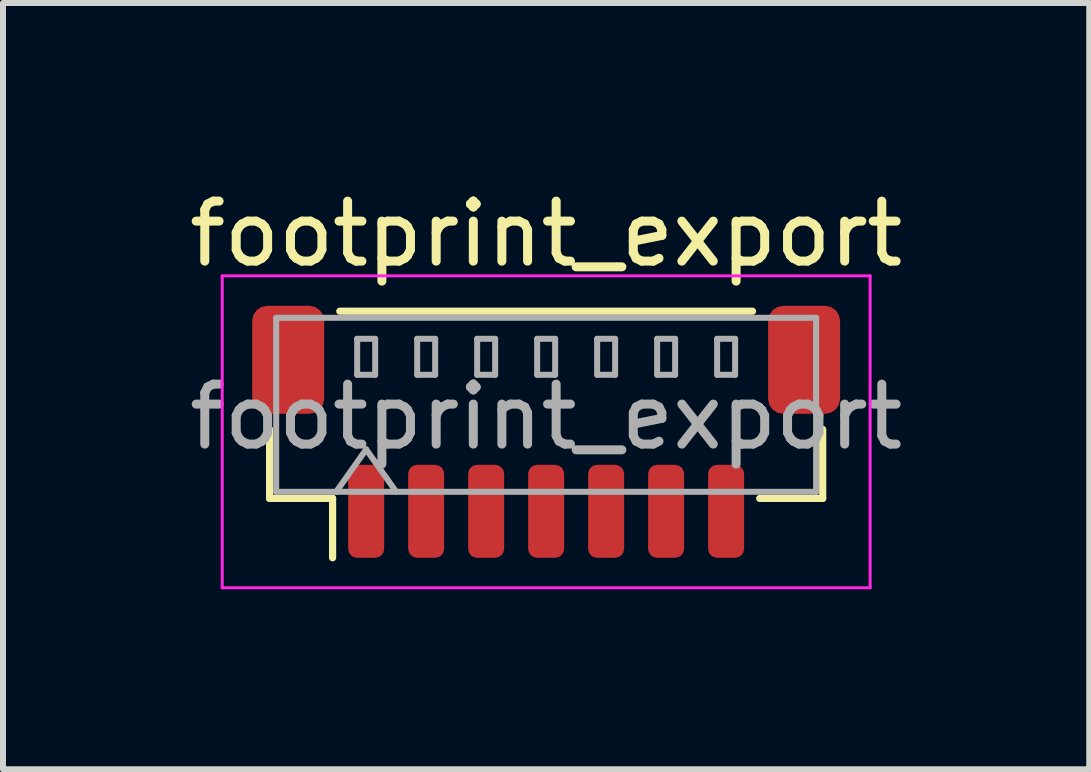
<source format=kicad_pcb>
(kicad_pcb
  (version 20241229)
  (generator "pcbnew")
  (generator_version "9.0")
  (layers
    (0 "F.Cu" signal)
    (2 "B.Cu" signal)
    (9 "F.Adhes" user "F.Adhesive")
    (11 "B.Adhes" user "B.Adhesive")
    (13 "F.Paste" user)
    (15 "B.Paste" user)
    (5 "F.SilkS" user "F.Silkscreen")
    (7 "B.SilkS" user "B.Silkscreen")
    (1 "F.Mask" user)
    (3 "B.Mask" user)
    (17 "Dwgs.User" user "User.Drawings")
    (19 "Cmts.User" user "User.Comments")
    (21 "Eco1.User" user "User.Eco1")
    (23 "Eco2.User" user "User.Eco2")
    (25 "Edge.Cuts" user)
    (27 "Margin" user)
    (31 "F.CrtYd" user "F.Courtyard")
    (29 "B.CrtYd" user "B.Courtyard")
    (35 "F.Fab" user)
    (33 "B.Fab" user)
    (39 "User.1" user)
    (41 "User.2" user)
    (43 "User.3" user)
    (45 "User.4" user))
  (footprint "footprint_export"
    (layer "F.Cu")
    (at 6.054 4.148)
    (property "Reference" "footprint_export" (at 0 -3.3 0) (layer "F.SilkS") (effects (font (size 1 1) (thickness 0.15))))
    (attr smd)
    (fp_line (start -4.61 -0.04) (end -4.61 1.11) (stroke (width 0.12) (type solid)) (layer "F.SilkS"))
    (fp_line (start -4.61 1.11) (end -3.56 1.11) (stroke (width 0.12) (type solid)) (layer "F.SilkS"))
    (fp_line (start -3.56 1.11) (end -3.56 2.1) (stroke (width 0.12) (type solid)) (layer "F.SilkS"))
    (fp_line (start -3.44 -2.01) (end 3.44 -2.01) (stroke (width 0.12) (type solid)) (layer "F.SilkS"))
    (fp_line (start 4.61 -0.04) (end 4.61 1.11) (stroke (width 0.12) (type solid)) (layer "F.SilkS"))
    (fp_line (start 4.61 1.11) (end 3.56 1.11) (stroke (width 0.12) (type solid)) (layer "F.SilkS"))
    (fp_line (start -5.4 -2.6) (end -5.4 2.6) (stroke (width 0.05) (type solid)) (layer "F.CrtYd"))
    (fp_line (start -5.4 2.6) (end 5.4 2.6) (stroke (width 0.05) (type solid)) (layer "F.CrtYd"))
    (fp_line (start 5.4 -2.6) (end -5.4 -2.6) (stroke (width 0.05) (type solid)) (layer "F.CrtYd"))
    (fp_line (start 5.4 2.6) (end 5.4 -2.6) (stroke (width 0.05) (type solid)) (layer "F.CrtYd"))
    (fp_line (start -4.5 -1.9) (end 4.5 -1.9) (stroke (width 0.1) (type solid)) (layer "F.Fab"))
    (fp_line (start -4.5 1) (end -4.5 -1.9) (stroke (width 0.1) (type solid)) (layer "F.Fab"))
    (fp_line (start -4.5 1) (end 4.5 1) (stroke (width 0.1) (type solid)) (layer "F.Fab"))
    (fp_line (start -3.5 1) (end -3 0.293) (stroke (width 0.1) (type solid)) (layer "F.Fab"))
    (fp_line (start -3.15 -1.55) (end -3.15 -0.95) (stroke (width 0.1) (type solid)) (layer "F.Fab"))
    (fp_line (start -3.15 -0.95) (end -2.85 -0.95) (stroke (width 0.1) (type solid)) (layer "F.Fab"))
    (fp_line (start -3 0.293) (end -2.5 1) (stroke (width 0.1) (type solid)) (layer "F.Fab"))
    (fp_line (start -2.85 -1.55) (end -3.15 -1.55) (stroke (width 0.1) (type solid)) (layer "F.Fab"))
    (fp_line (start -2.85 -0.95) (end -2.85 -1.55) (stroke (width 0.1) (type solid)) (layer "F.Fab"))
    (fp_line (start -2.15 -1.55) (end -2.15 -0.95) (stroke (width 0.1) (type solid)) (layer "F.Fab"))
    (fp_line (start -2.15 -0.95) (end -1.85 -0.95) (stroke (width 0.1) (type solid)) (layer "F.Fab"))
    (fp_line (start -1.85 -1.55) (end -2.15 -1.55) (stroke (width 0.1) (type solid)) (layer "F.Fab"))
    (fp_line (start -1.85 -0.95) (end -1.85 -1.55) (stroke (width 0.1) (type solid)) (layer "F.Fab"))
    (fp_line (start -1.15 -1.55) (end -1.15 -0.95) (stroke (width 0.1) (type solid)) (layer "F.Fab"))
    (fp_line (start -1.15 -0.95) (end -0.85 -0.95) (stroke (width 0.1) (type solid)) (layer "F.Fab"))
    (fp_line (start -0.85 -1.55) (end -1.15 -1.55) (stroke (width 0.1) (type solid)) (layer "F.Fab"))
    (fp_line (start -0.85 -0.95) (end -0.85 -1.55) (stroke (width 0.1) (type solid)) (layer "F.Fab"))
    (fp_line (start -0.15 -1.55) (end -0.15 -0.95) (stroke (width 0.1) (type solid)) (layer "F.Fab"))
    (fp_line (start -0.15 -0.95) (end 0.15 -0.95) (stroke (width 0.1) (type solid)) (layer "F.Fab"))
    (fp_line (start 0.15 -1.55) (end -0.15 -1.55) (stroke (width 0.1) (type solid)) (layer "F.Fab"))
    (fp_line (start 0.15 -0.95) (end 0.15 -1.55) (stroke (width 0.1) (type solid)) (layer "F.Fab"))
    (fp_line (start 0.85 -1.55) (end 0.85 -0.95) (stroke (width 0.1) (type solid)) (layer "F.Fab"))
    (fp_line (start 0.85 -0.95) (end 1.15 -0.95) (stroke (width 0.1) (type solid)) (layer "F.Fab"))
    (fp_line (start 1.15 -1.55) (end 0.85 -1.55) (stroke (width 0.1) (type solid)) (layer "F.Fab"))
    (fp_line (start 1.15 -0.95) (end 1.15 -1.55) (stroke (width 0.1) (type solid)) (layer "F.Fab"))
    (fp_line (start 1.85 -1.55) (end 1.85 -0.95) (stroke (width 0.1) (type solid)) (layer "F.Fab"))
    (fp_line (start 1.85 -0.95) (end 2.15 -0.95) (stroke (width 0.1) (type solid)) (layer "F.Fab"))
    (fp_line (start 2.15 -1.55) (end 1.85 -1.55) (stroke (width 0.1) (type solid)) (layer "F.Fab"))
    (fp_line (start 2.15 -0.95) (end 2.15 -1.55) (stroke (width 0.1) (type solid)) (layer "F.Fab"))
    (fp_line (start 2.85 -1.55) (end 2.85 -0.95) (stroke (width 0.1) (type solid)) (layer "F.Fab"))
    (fp_line (start 2.85 -0.95) (end 3.15 -0.95) (stroke (width 0.1) (type solid)) (layer "F.Fab"))
    (fp_line (start 3.15 -1.55) (end 2.85 -1.55) (stroke (width 0.1) (type solid)) (layer "F.Fab"))
    (fp_line (start 3.15 -0.95) (end 3.15 -1.55) (stroke (width 0.1) (type solid)) (layer "F.Fab"))
    (fp_line (start 4.5 1) (end 4.5 -1.9) (stroke (width 0.1) (type solid)) (layer "F.Fab"))
    (fp_text user "${REFERENCE}" (at 0 -0.25 0) (layer "F.Fab") (effects (font (size 1 1) (thickness 0.15))))
    (pad "1" smd roundrect (at -3 1.325) (size 0.6 1.55) (layers "F.Cu" "F.Mask" "F.Paste") (roundrect_rratio 0.25))
    (pad "2" smd roundrect (at -2 1.325) (size 0.6 1.55) (layers "F.Cu" "F.Mask" "F.Paste") (roundrect_rratio 0.25))
    (pad "3" smd roundrect (at -1 1.325) (size 0.6 1.55) (layers "F.Cu" "F.Mask" "F.Paste") (roundrect_rratio 0.25))
    (pad "4" smd roundrect (at 0 1.325) (size 0.6 1.55) (layers "F.Cu" "F.Mask" "F.Paste") (roundrect_rratio 0.25))
    (pad "5" smd roundrect (at 1 1.325) (size 0.6 1.55) (layers "F.Cu" "F.Mask" "F.Paste") (roundrect_rratio 0.25))
    (pad "6" smd roundrect (at 2 1.325) (size 0.6 1.55) (layers "F.Cu" "F.Mask" "F.Paste") (roundrect_rratio 0.25))
    (pad "7" smd roundrect (at 3 1.325) (size 0.6 1.55) (layers "F.Cu" "F.Mask" "F.Paste") (roundrect_rratio 0.25))
    (pad "MP" smd roundrect (at -4.3 -1.2) (size 1.2 1.8) (layers "F.Cu" "F.Mask" "F.Paste") (roundrect_rratio 0.208))
    (pad "MP" smd roundrect (at 4.3 -1.2) (size 1.2 1.8) (layers "F.Cu" "F.Mask" "F.Paste") (roundrect_rratio 0.208)))
  (gr_rect
    (start -3 -3)
    (end 15.107 9.773)
    (stroke (width 0.1) (type default))
    (fill no)
    (layer "Edge.Cuts")))
</source>
